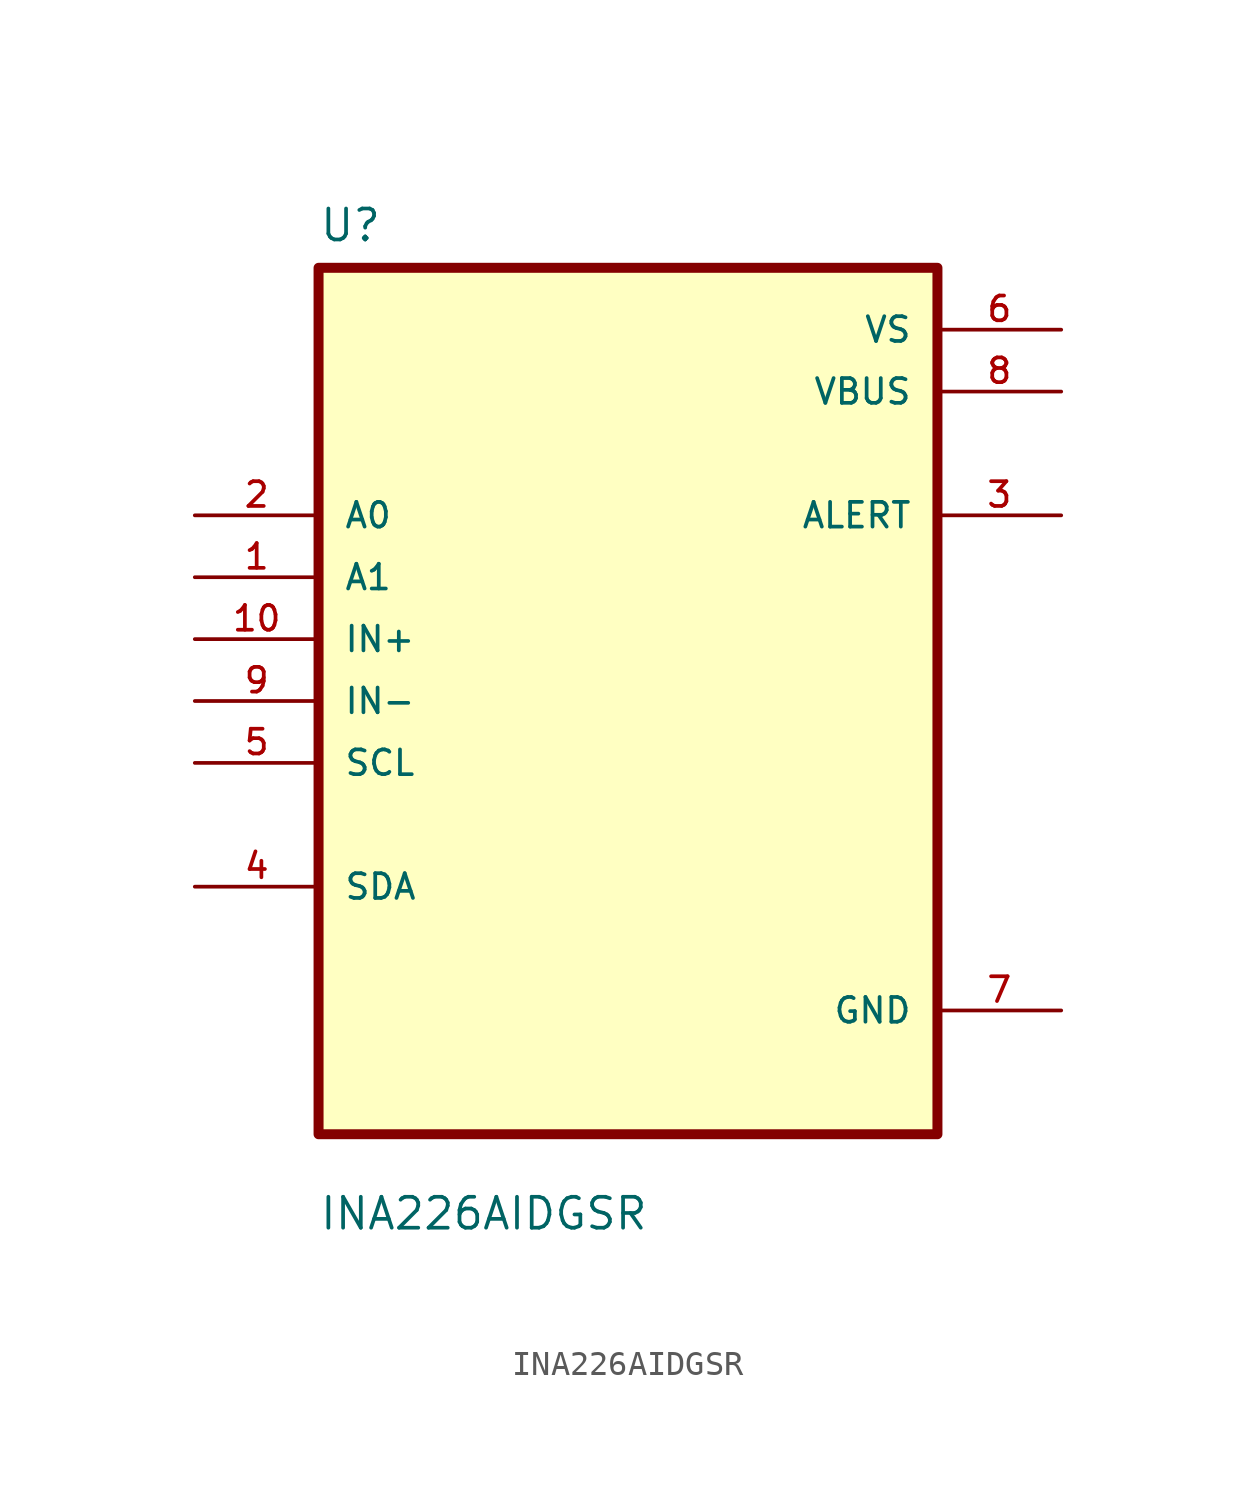
<source format=kicad_sym>
(kicad_symbol_lib
  (version 20211014)
  (generator kicad_symbol_editor)
  (symbol "INA226AIDGSR"
    (pin_names
      (offset 1.016))
    (property "Reference" "U"
      (at -12.7 18.78 0.0)
      (effects (font (size 1.27 1.27)) (justify bottom left)))
    (property "Value" "INA226AIDGSR"
      (at -12.7 -21.78 0.0)
      (effects (font (size 1.27 1.27)) (justify bottom left)))
    (symbol "INA226AIDGSR_0_0"
      (rectangle (start -12.7 -17.78) (end 12.7 17.78) (stroke (width 0.41)) (fill (type background)))
      (pin input line (at -17.78 7.62 0) (length 5.08) (name "A0" (effects (font (size 1.016 1.016)))) (number "2" (effects (font (size 1.016 1.016)))))
      (pin input line (at -17.78 5.08 0) (length 5.08) (name "A1" (effects (font (size 1.016 1.016)))) (number "1" (effects (font (size 1.016 1.016)))))
      (pin input line (at -17.78 2.54 0) (length 5.08) (name "IN+" (effects (font (size 1.016 1.016)))) (number "10" (effects (font (size 1.016 1.016)))))
      (pin input line (at -17.78 8.88178e-16 0) (length 5.08) (name "IN-" (effects (font (size 1.016 1.016)))) (number "9" (effects (font (size 1.016 1.016)))))
      (pin input line (at -17.78 -2.54 0) (length 5.08) (name "SCL" (effects (font (size 1.016 1.016)))) (number "5" (effects (font (size 1.016 1.016)))))
      (pin bidirectional line (at -17.78 -7.62 0) (length 5.08) (name "SDA" (effects (font (size 1.016 1.016)))) (number "4" (effects (font (size 1.016 1.016)))))
      (pin power_in line (at 17.78 15.24 180.0) (length 5.08) (name "VS" (effects (font (size 1.016 1.016)))) (number "6" (effects (font (size 1.016 1.016)))))
      (pin power_in line (at 17.78 12.7 180.0) (length 5.08) (name "VBUS" (effects (font (size 1.016 1.016)))) (number "8" (effects (font (size 1.016 1.016)))))
      (pin output line (at 17.78 7.62 180.0) (length 5.08) (name "ALERT" (effects (font (size 1.016 1.016)))) (number "3" (effects (font (size 1.016 1.016)))))
      (pin power_in line (at 17.78 -12.7 180.0) (length 5.08) (name "GND" (effects (font (size 1.016 1.016)))) (number "7" (effects (font (size 1.016 1.016))))))))
</source>
